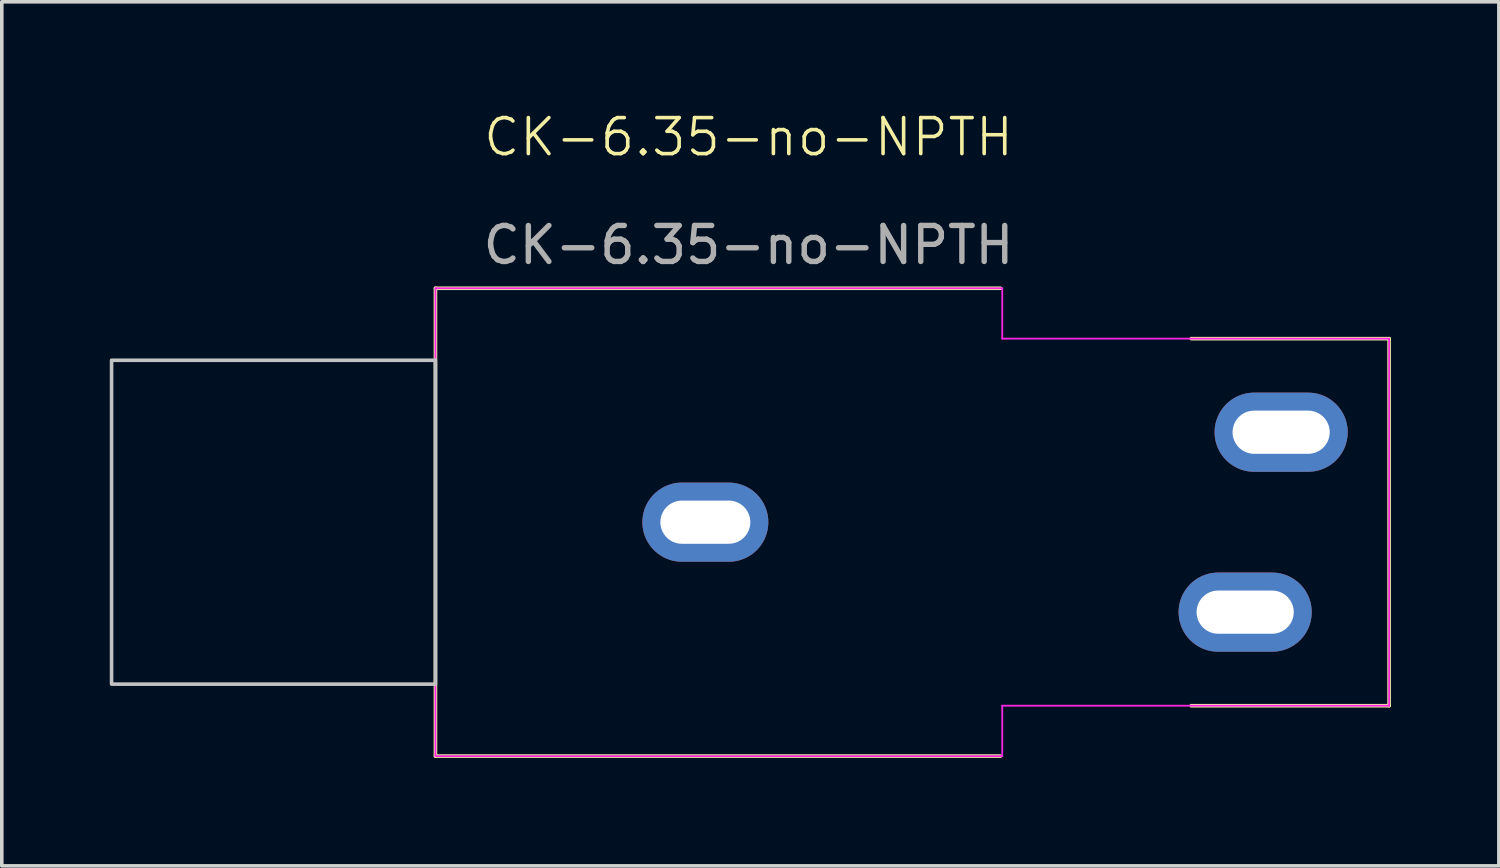
<source format=kicad_pcb>
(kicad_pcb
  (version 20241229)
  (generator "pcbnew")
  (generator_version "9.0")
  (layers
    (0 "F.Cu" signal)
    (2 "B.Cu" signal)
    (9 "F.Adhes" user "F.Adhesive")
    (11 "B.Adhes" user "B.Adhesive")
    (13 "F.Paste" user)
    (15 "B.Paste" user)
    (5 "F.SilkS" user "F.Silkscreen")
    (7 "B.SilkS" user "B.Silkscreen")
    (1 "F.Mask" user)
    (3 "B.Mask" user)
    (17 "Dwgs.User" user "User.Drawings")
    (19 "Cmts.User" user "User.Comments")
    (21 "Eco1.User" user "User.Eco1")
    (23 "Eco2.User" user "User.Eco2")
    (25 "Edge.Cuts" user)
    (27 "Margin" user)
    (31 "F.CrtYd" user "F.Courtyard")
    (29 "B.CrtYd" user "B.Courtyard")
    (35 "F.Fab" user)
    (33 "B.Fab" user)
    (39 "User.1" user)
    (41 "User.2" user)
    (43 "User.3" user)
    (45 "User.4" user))
  (footprint "CK-6.35-no-NPTH"
    (layer "F.Cu")
    (at 16.55 11.46)
    (property "Reference" "CK-6.35-no-NPTH" (at 1.2 -10.7 0) (unlocked yes) (layer "F.SilkS") (effects (font (size 1 1) (thickness 0.1))))
    (attr through_hole)
    (fp_line (start -7.5 -6.5) (end -7.5 6.5) (stroke (width 0.1) (type default)) (layer "F.SilkS"))
    (fp_line (start -7.5 -6.5) (end 8.2 -6.5) (stroke (width 0.1) (type solid)) (layer "F.SilkS"))
    (fp_line (start -7.5 6.5) (end 8.2 6.5) (stroke (width 0.1) (type solid)) (layer "F.SilkS"))
    (fp_line (start 13.5 -5.1) (end 19 -5.1) (stroke (width 0.1) (type solid)) (layer "F.SilkS"))
    (fp_line (start 19 -5.1) (end 19 5.1) (stroke (width 0.1) (type solid)) (layer "F.SilkS"))
    (fp_line (start 19 5.1) (end 13.5 5.1) (stroke (width 0.1) (type solid)) (layer "F.SilkS"))
    (fp_rect (start -16.5 -4.5) (end -7.5 4.5) (stroke (width 0.1) (type solid)) (fill no) (layer "Dwgs.User"))
    (fp_line (start -7.5 -6.5) (end -7.5 6.5) (stroke (width 0.05) (type default)) (layer "F.CrtYd"))
    (fp_line (start -7.5 -6.5) (end 8.25 -6.5) (stroke (width 0.05) (type default)) (layer "F.CrtYd"))
    (fp_line (start 8.25 -5.1) (end 8.25 -6.5) (stroke (width 0.05) (type default)) (layer "F.CrtYd"))
    (fp_line (start 8.25 -5.1) (end 19 -5.1) (stroke (width 0.05) (type solid)) (layer "F.CrtYd"))
    (fp_line (start 8.25 6.5) (end -7.5 6.5) (stroke (width 0.05) (type default)) (layer "F.CrtYd"))
    (fp_line (start 8.25 6.5) (end 8.25 5.1) (stroke (width 0.05) (type default)) (layer "F.CrtYd"))
    (fp_line (start 19 5.1) (end 8.25 5.1) (stroke (width 0.05) (type solid)) (layer "F.CrtYd"))
    (fp_line (start 19 5.1) (end 19 -5.1) (stroke (width 0.05) (type solid)) (layer "F.CrtYd"))
    (fp_text user "${REFERENCE}" (at 1.2 -7.7 0) (unlocked yes) (layer "F.Fab") (effects (font (size 1 1) (thickness 0.15))))
    (pad "S" thru_hole oval (at 0 0) (size 3.5 2.2) (drill oval 2.5 1.2) (layers "*.Cu" "*.Mask"))
    (pad "T" thru_hole oval (at 15 2.5) (size 3.7 2.2) (drill oval 2.7 1.2) (layers "*.Cu" "*.Mask"))
    (pad "TN" thru_hole oval (at 16 -2.5) (size 3.7 2.2) (drill oval 2.7 1.2) (layers "*.Cu" "*.Mask")))
  (gr_rect
    (start -3 -3)
    (end 38.6 21.011)
    (stroke (width 0.1) (type default))
    (fill no)
    (layer "Edge.Cuts")))
</source>
